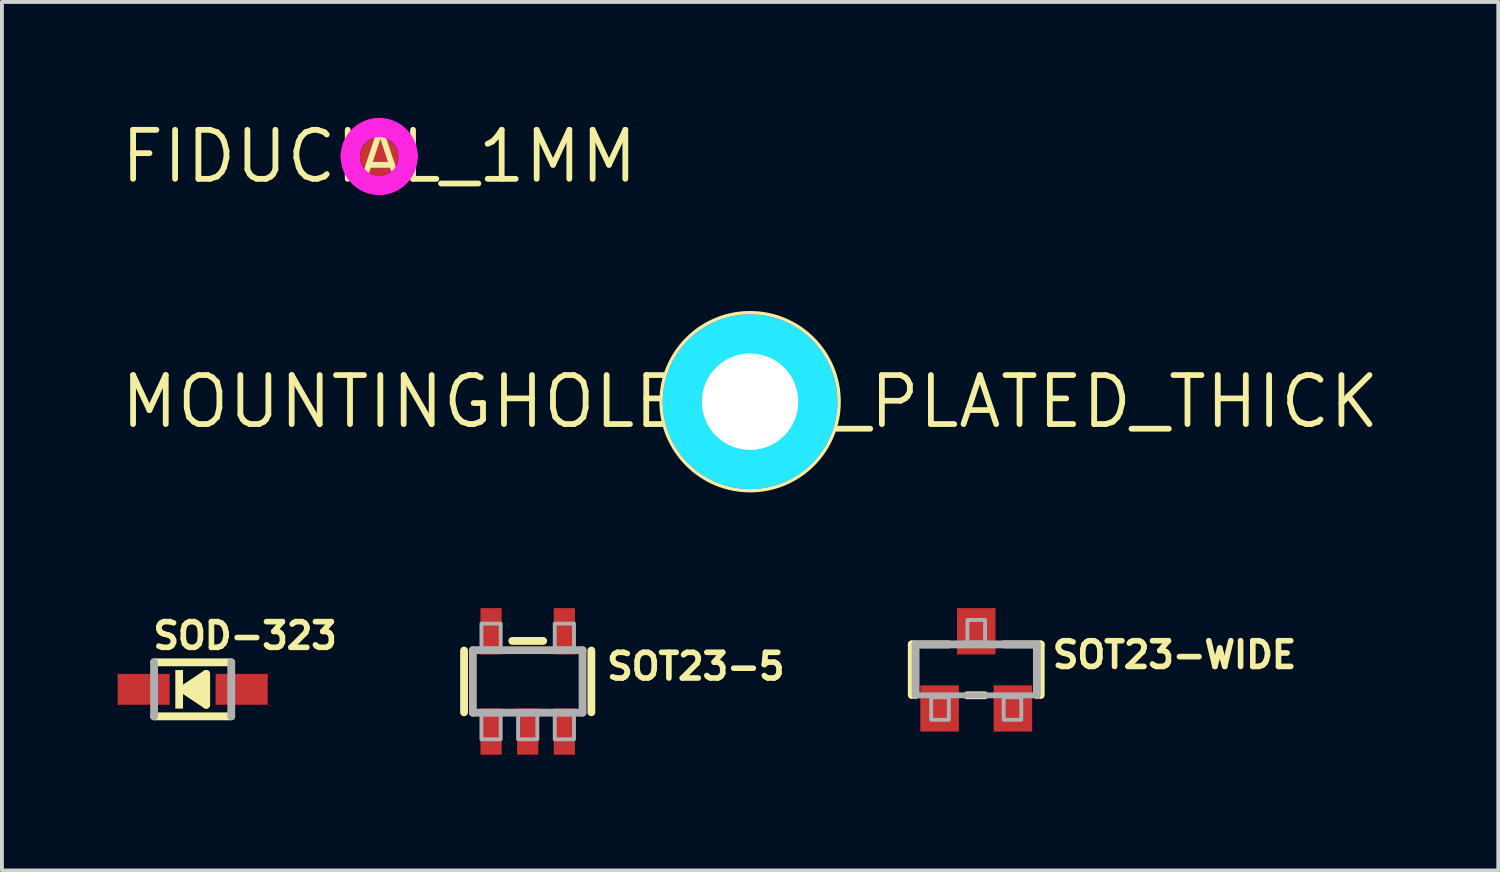
<source format=kicad_pcb>
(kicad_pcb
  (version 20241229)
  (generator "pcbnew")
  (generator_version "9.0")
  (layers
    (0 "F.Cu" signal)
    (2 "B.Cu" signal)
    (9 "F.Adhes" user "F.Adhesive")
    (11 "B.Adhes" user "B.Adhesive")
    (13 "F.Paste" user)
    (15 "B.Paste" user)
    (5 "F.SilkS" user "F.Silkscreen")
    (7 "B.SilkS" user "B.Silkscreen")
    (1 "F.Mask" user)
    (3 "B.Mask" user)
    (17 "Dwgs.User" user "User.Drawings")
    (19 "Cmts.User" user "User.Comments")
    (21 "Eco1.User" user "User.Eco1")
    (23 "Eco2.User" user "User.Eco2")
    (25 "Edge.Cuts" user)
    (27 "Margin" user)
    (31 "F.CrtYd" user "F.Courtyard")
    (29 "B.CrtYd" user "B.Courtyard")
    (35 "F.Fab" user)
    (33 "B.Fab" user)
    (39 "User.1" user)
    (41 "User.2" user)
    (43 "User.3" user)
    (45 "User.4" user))
  (footprint "SOT23-WIDE"
    (layer "F.Cu")
    (at 22.259 14.316)
    (property "Reference" "SOT23-WIDE" (at 1.905 0 0) (layer "F.SilkS") (effects (font (size 0.666 0.666) (thickness 0.146)) (justify left bottom)))
    (fp_line (start -1.672 -0.66) (end -0.714 -0.66) (stroke (width 0.203) (type solid)) (layer "F.SilkS"))
    (fp_line (start -1.672 0.652) (end -1.672 -0.66) (stroke (width 0.203) (type solid)) (layer "F.SilkS"))
    (fp_line (start 0.222 0.66) (end -0.236 0.66) (stroke (width 0.203) (type solid)) (layer "F.SilkS"))
    (fp_line (start 0.714 -0.66) (end 1.672 -0.66) (stroke (width 0.203) (type solid)) (layer "F.SilkS"))
    (fp_line (start 1.672 -0.66) (end 1.672 0.652) (stroke (width 0.203) (type solid)) (layer "F.SilkS"))
    (fp_line (start -1.572 -0.66) (end 1.572 -0.66) (stroke (width 0.203) (type solid)) (layer "F.Fab"))
    (fp_line (start -1.572 0.66) (end -1.572 -0.66) (stroke (width 0.203) (type solid)) (layer "F.Fab"))
    (fp_line (start 1.572 -0.66) (end 1.572 0.66) (stroke (width 0.203) (type solid)) (layer "F.Fab"))
    (fp_line (start 1.572 0.66) (end -1.572 0.66) (stroke (width 0.152) (type solid)) (layer "F.Fab"))
    (fp_poly (pts (xy -1.168 1.295) (xy -0.711 1.295) (xy -0.711 0.711) (xy -1.168 0.711)) (stroke (width 0.1) (type solid)) (fill no) (layer "F.Fab"))
    (fp_poly (pts (xy -0.229 -0.711) (xy 0.229 -0.711) (xy 0.229 -1.295) (xy -0.229 -1.295)) (stroke (width 0.1) (type solid)) (fill no) (layer "F.Fab"))
    (fp_poly (pts (xy 0.711 1.295) (xy 1.168 1.295) (xy 1.168 0.711) (xy 0.711 0.711)) (stroke (width 0.1) (type solid)) (fill no) (layer "F.Fab"))
    (pad "1" smd rect (at -0.95 1) (size 1 1.2) (layers "F.Cu" "F.Mask" "F.Paste"))
    (pad "2" smd rect (at 0.95 1) (size 1 1.2) (layers "F.Cu" "F.Mask" "F.Paste"))
    (pad "3" smd rect (at 0 -1) (size 1 1.2) (layers "F.Cu" "F.Mask" "F.Paste")))
  (footprint "SOT23-5"
    (layer "F.Cu")
    (at 10.631 14.616)
    (property "Reference" "SOT23-5" (at 1.978 0 0) (layer "F.SilkS") (effects (font (size 0.666 0.666) (thickness 0.146)) (justify left bottom)))
    (fp_line (start -1.65 -0.8) (end -1.65 0.8) (stroke (width 0.203) (type solid)) (layer "F.SilkS"))
    (fp_line (start -0.4 -1.05) (end 0.4 -1.05) (stroke (width 0.203) (type solid)) (layer "F.SilkS"))
    (fp_line (start 1.65 -0.8) (end 1.65 0.8) (stroke (width 0.203) (type solid)) (layer "F.SilkS"))
    (fp_line (start -1.422 -0.81) (end 1.422 -0.81) (stroke (width 0.203) (type solid)) (layer "F.Fab"))
    (fp_line (start -1.422 0.81) (end -1.422 -0.81) (stroke (width 0.203) (type solid)) (layer "F.Fab"))
    (fp_line (start 1.422 -0.81) (end 1.422 0.81) (stroke (width 0.203) (type solid)) (layer "F.Fab"))
    (fp_line (start 1.422 0.81) (end -1.422 0.81) (stroke (width 0.203) (type solid)) (layer "F.Fab"))
    (fp_poly (pts (xy -1.2 -0.85) (xy -0.7 -0.85) (xy -0.7 -1.5) (xy -1.2 -1.5)) (stroke (width 0.1) (type solid)) (fill no) (layer "F.Fab"))
    (fp_poly (pts (xy -1.2 1.5) (xy -0.7 1.5) (xy -0.7 0.85) (xy -1.2 0.85)) (stroke (width 0.1) (type solid)) (fill no) (layer "F.Fab"))
    (fp_poly (pts (xy -0.25 1.5) (xy 0.25 1.5) (xy 0.25 0.85) (xy -0.25 0.85)) (stroke (width 0.1) (type solid)) (fill no) (layer "F.Fab"))
    (fp_poly (pts (xy 0.7 -0.85) (xy 1.2 -0.85) (xy 1.2 -1.5) (xy 0.7 -1.5)) (stroke (width 0.1) (type solid)) (fill no) (layer "F.Fab"))
    (fp_poly (pts (xy 0.7 1.5) (xy 1.2 1.5) (xy 1.2 0.85) (xy 0.7 0.85)) (stroke (width 0.1) (type solid)) (fill no) (layer "F.Fab"))
    (pad "1" smd rect (at -0.95 1.3) (size 0.55 1.2) (layers "F.Cu" "F.Mask" "F.Paste"))
    (pad "2" smd rect (at 0 1.3) (size 0.55 1.2) (layers "F.Cu" "F.Mask" "F.Paste"))
    (pad "3" smd rect (at 0.95 1.3) (size 0.55 1.2) (layers "F.Cu" "F.Mask" "F.Paste"))
    (pad "4" smd rect (at 0.95 -1.3) (size 0.55 1.2) (layers "F.Cu" "F.Mask" "F.Paste"))
    (pad "5" smd rect (at -0.95 -1.3) (size 0.55 1.2) (layers "F.Cu" "F.Mask" "F.Paste")))
  (footprint "SOD-323"
    (layer "F.Cu")
    (at 1.945 14.821)
    (property "Reference" "SOD-323" (at -1.1 -1 0) (layer "F.SilkS") (effects (font (size 0.666 0.666) (thickness 0.146)) (justify left bottom)))
    (fp_line (start -1 -0.7) (end 1 -0.7) (stroke (width 0.203) (type solid)) (layer "F.SilkS"))
    (fp_line (start -0.25 0) (end 0.35 -0.4) (stroke (width 0.203) (type solid)) (layer "F.SilkS"))
    (fp_line (start 0.35 -0.4) (end 0.35 0.4) (stroke (width 0.203) (type solid)) (layer "F.SilkS"))
    (fp_line (start 0.35 0.4) (end -0.25 0) (stroke (width 0.203) (type solid)) (layer "F.SilkS"))
    (fp_line (start 1 0.7) (end -1 0.7) (stroke (width 0.203) (type solid)) (layer "F.SilkS"))
    (fp_poly (pts (xy 0.302 0.39) (xy -0.283 0) (xy 0.302 -0.39)) (stroke (width 0) (type solid)) (fill yes) (layer "F.SilkS"))
    (fp_poly (pts (xy -0.45 0.5) (xy -0.25 0.5) (xy -0.25 -0.5) (xy -0.45 -0.5)) (stroke (width 0) (type solid)) (fill yes) (layer "F.SilkS"))
    (fp_line (start -1 0.7) (end -1 -0.7) (stroke (width 0.203) (type solid)) (layer "F.Fab"))
    (fp_line (start 1 -0.7) (end 1 0.7) (stroke (width 0.203) (type solid)) (layer "F.Fab"))
    (pad "A" smd rect (at 1.27 0) (size 1.35 0.8) (layers "F.Cu" "F.Mask" "F.Paste"))
    (pad "C" smd rect (at -1.27 0) (size 1.35 0.8) (layers "F.Cu" "F.Mask" "F.Paste")))
  (footprint "FIDUCIAL_1MM"
    (layer "F.Cu")
    (at 6.781 1.006)
    (property "Reference" "FIDUCIAL_1MM" (at 0 0 0) (layer "F.SilkS") (effects (font (size 1.27 1.27) (thickness 0.15))))
    (fp_arc (start -0.75 0) (mid -0.53033 -0.53033) (end 0 -0.75) (stroke (width 0.5) (type solid)) (layer "F.Mask"))
    (fp_arc (start 0 -0.75) (mid 0.53033 -0.53033) (end 0.75 0) (stroke (width 0.5) (type solid)) (layer "F.Mask"))
    (fp_arc (start 0 0.75) (mid -0.53033 0.53033) (end -0.75 0) (stroke (width 0.5) (type solid)) (layer "F.Mask"))
    (fp_arc (start 0.75 0) (mid 0.53033 0.53033) (end 0 0.75) (stroke (width 0.5) (type solid)) (layer "F.Mask"))
    (fp_arc (start -0.75 0) (mid -0.53033 -0.53033) (end 0 -0.75) (stroke (width 0.5) (type solid)) (layer "F.CrtYd"))
    (fp_arc (start 0 -0.75) (mid 0.53033 -0.53033) (end 0.75 0) (stroke (width 0.5) (type solid)) (layer "F.CrtYd"))
    (fp_arc (start 0 0.75) (mid -0.53033 0.53033) (end -0.75 0) (stroke (width 0.5) (type solid)) (layer "F.CrtYd"))
    (fp_arc (start 0.75 0) (mid 0.53033 0.53033) (end 0 0.75) (stroke (width 0.5) (type solid)) (layer "F.CrtYd"))
    (pad "1" smd roundrect (at 0 0) (size 1 1) (layers "F.Cu" "F.Mask") (roundrect_rratio 0.5)))
  (footprint "MOUNTINGHOLE_2.5_PLATED_THICK"
    (layer "F.Cu")
    (at 16.396 7.364)
    (property "Reference" "MOUNTINGHOLE_2.5_PLATED_THICK" (at 0 0 0) (layer "F.SilkS") (effects (font (size 1.27 1.27) (thickness 0.15))))
    (fp_circle (center 0 0) (end 2.25 0) (stroke (width 0.203) (type solid)) (fill no) (layer "F.SilkS"))
    (fp_circle (center 0 0) (end 1.25 0) (stroke (width 2.032) (type solid)) (fill no) (layer "B.CrtYd"))
    (fp_circle (center 0 0) (end 1.25 0) (stroke (width 2.032) (type solid)) (fill no) (layer "F.CrtYd"))
    (pad "P$1" thru_hole circle (at 0 0) (size 4 4) (drill 2.5) (layers "*.Cu" "*.Mask"))
    (zone (net_name "") (layer "F.Cu") (hatch edge 0.508) (connect_pads) (min_thickness 0.254) (filled_areas_thickness no) (keepout (tracks not_allowed) (vias not_allowed) (pads not_allowed) (copperpour not_allowed) (footprints allowed)) (placement (enabled no)) (fill) (polygon (pts (xy 18.662 7.364) (xy 18.628 6.971) (xy 18.526 6.589) (xy 18.359 6.231) (xy 18.132 5.907) (xy 17.853 5.628) (xy 17.529 5.402) (xy 17.171 5.235) (xy 16.79 5.132) (xy 16.396 5.098) (xy 16.003 5.132) (xy 15.621 5.235) (xy 15.263 5.402) (xy 14.94 5.628) (xy 14.66 5.907) (xy 14.434 6.231) (xy 14.267 6.589) (xy 14.165 6.971) (xy 14.13 7.364) (xy 14.165 7.757) (xy 14.267 8.139) (xy 14.434 8.497) (xy 14.66 8.821) (xy 14.94 9.1) (xy 15.263 9.326) (xy 15.621 9.493) (xy 16.003 9.596) (xy 16.396 9.63) (xy 16.79 9.596) (xy 17.171 9.493) (xy 17.529 9.326) (xy 17.853 9.1) (xy 18.132 8.821) (xy 18.359 8.497) (xy 18.526 8.139) (xy 18.628 7.757))) (polygon (pts (xy 16.63 7.364) (xy 16.627 7.323) (xy 16.616 7.284) (xy 16.599 7.247) (xy 16.576 7.214) (xy 16.547 7.185) (xy 16.513 7.161) (xy 16.476 7.144) (xy 16.437 7.134) (xy 16.396 7.13) (xy 16.356 7.134) (xy 16.316 7.144) (xy 16.279 7.161) (xy 16.246 7.185) (xy 16.217 7.214) (xy 16.194 7.247) (xy 16.176 7.284) (xy 16.166 7.323) (xy 16.162 7.364) (xy 16.166 7.405) (xy 16.176 7.444) (xy 16.194 7.481) (xy 16.217 7.514) (xy 16.246 7.543) (xy 16.279 7.567) (xy 16.316 7.584) (xy 16.356 7.594) (xy 16.396 7.598) (xy 16.437 7.594) (xy 16.476 7.584) (xy 16.513 7.567) (xy 16.547 7.543) (xy 16.576 7.514) (xy 16.599 7.481) (xy 16.616 7.444) (xy 16.627 7.405))))
    (zone (net_name "") (layer "B.Cu") (hatch edge 0.508) (connect_pads) (min_thickness 0.254) (filled_areas_thickness no) (keepout (tracks not_allowed) (vias not_allowed) (pads not_allowed) (copperpour not_allowed) (footprints allowed)) (placement (enabled no)) (fill) (polygon (pts (xy 18.662 7.364) (xy 18.628 6.971) (xy 18.526 6.589) (xy 18.359 6.231) (xy 18.132 5.907) (xy 17.853 5.628) (xy 17.529 5.402) (xy 17.171 5.235) (xy 16.79 5.132) (xy 16.396 5.098) (xy 16.003 5.132) (xy 15.621 5.235) (xy 15.263 5.402) (xy 14.94 5.628) (xy 14.66 5.907) (xy 14.434 6.231) (xy 14.267 6.589) (xy 14.165 6.971) (xy 14.13 7.364) (xy 14.165 7.757) (xy 14.267 8.139) (xy 14.434 8.497) (xy 14.66 8.821) (xy 14.94 9.1) (xy 15.263 9.326) (xy 15.621 9.493) (xy 16.003 9.596) (xy 16.396 9.63) (xy 16.79 9.596) (xy 17.171 9.493) (xy 17.529 9.326) (xy 17.853 9.1) (xy 18.132 8.821) (xy 18.359 8.497) (xy 18.526 8.139) (xy 18.628 7.757))) (polygon (pts (xy 16.63 7.364) (xy 16.627 7.323) (xy 16.616 7.284) (xy 16.599 7.247) (xy 16.576 7.214) (xy 16.547 7.185) (xy 16.513 7.161) (xy 16.476 7.144) (xy 16.437 7.134) (xy 16.396 7.13) (xy 16.356 7.134) (xy 16.316 7.144) (xy 16.279 7.161) (xy 16.246 7.185) (xy 16.217 7.214) (xy 16.194 7.247) (xy 16.176 7.284) (xy 16.166 7.323) (xy 16.162 7.364) (xy 16.166 7.405) (xy 16.176 7.444) (xy 16.194 7.481) (xy 16.217 7.514) (xy 16.246 7.543) (xy 16.279 7.567) (xy 16.316 7.584) (xy 16.356 7.594) (xy 16.396 7.598) (xy 16.437 7.594) (xy 16.476 7.584) (xy 16.513 7.567) (xy 16.547 7.543) (xy 16.576 7.514) (xy 16.599 7.481) (xy 16.616 7.444) (xy 16.627 7.405)))))
  (gr_rect
    (start -3 -3)
    (end 35.793 19.516)
    (stroke (width 0.1) (type default))
    (fill no)
    (layer "Edge.Cuts")))
</source>
